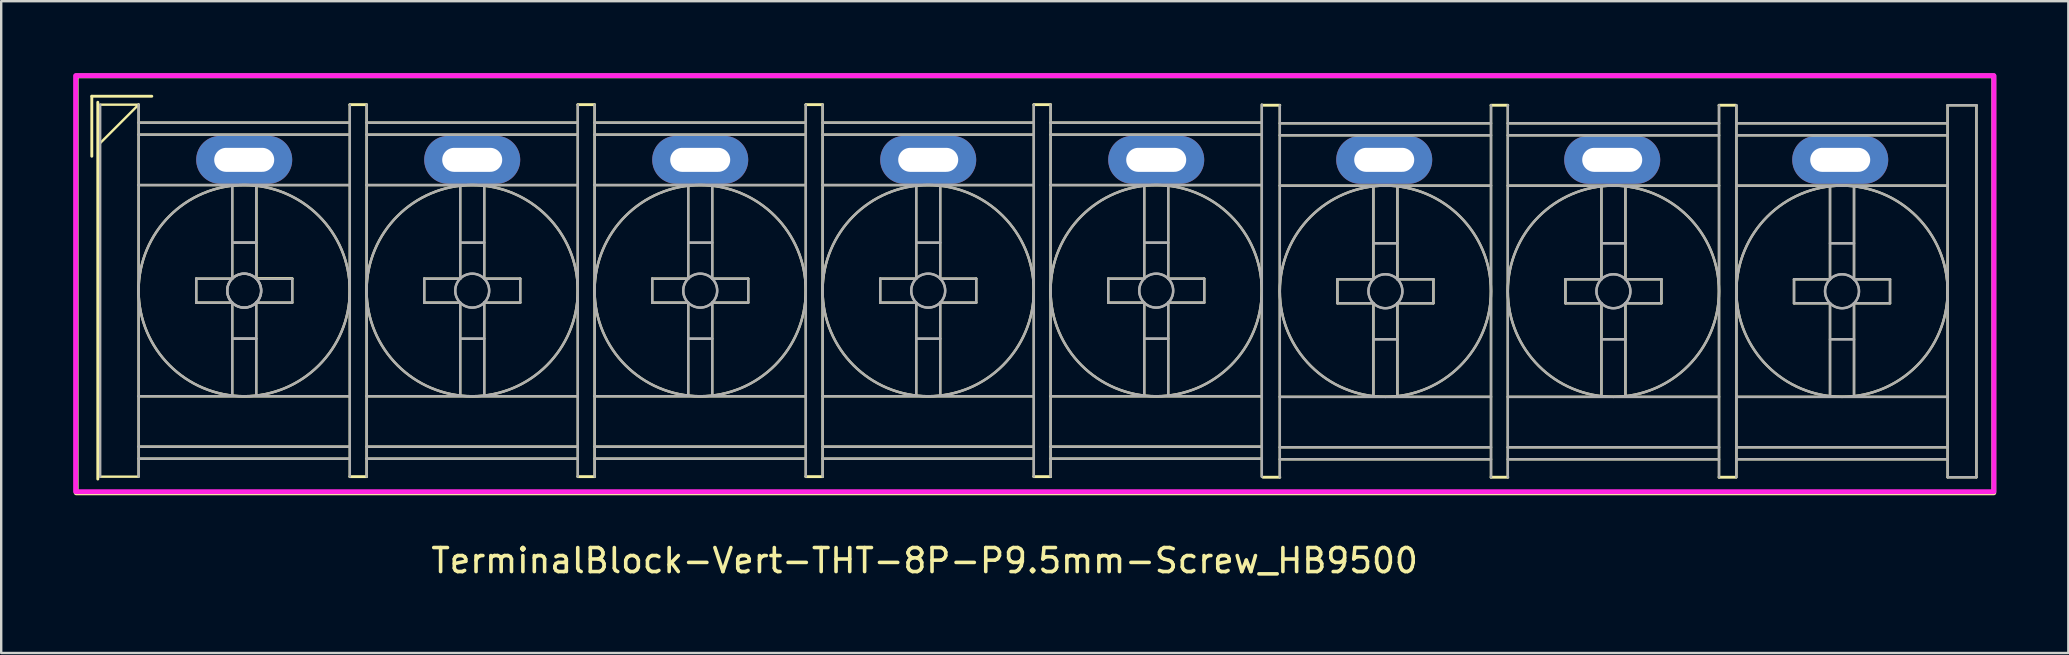
<source format=kicad_pcb>
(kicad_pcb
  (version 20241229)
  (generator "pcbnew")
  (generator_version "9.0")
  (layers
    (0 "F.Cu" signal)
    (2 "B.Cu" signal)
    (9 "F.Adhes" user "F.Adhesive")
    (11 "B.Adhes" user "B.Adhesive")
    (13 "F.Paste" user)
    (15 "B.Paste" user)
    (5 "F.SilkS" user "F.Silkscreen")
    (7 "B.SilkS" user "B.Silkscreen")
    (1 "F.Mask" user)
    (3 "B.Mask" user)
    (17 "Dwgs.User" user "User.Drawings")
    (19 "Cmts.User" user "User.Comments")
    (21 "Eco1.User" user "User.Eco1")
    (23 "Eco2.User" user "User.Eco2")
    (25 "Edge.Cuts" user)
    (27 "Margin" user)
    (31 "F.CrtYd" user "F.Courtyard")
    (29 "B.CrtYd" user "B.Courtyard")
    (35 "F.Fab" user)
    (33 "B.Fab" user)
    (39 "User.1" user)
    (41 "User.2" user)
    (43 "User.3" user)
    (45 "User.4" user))
  (footprint "TerminalBlock-Vert-THT-8P-P9.5mm-Screw_HB9500"
    (layer "F.Cu")
    (at 7.125 3.61)
    (property "Reference" "TerminalBlock-Vert-THT-8P-P9.5mm-Screw_HB9500" (at 28.35 16.7 0) (layer "F.SilkS") (effects (font (size 1 1) (thickness 0.15))))
    (attr through_hole)
    (fp_line (start -6.35 -2.65) (end -3.85 -2.65) (stroke (width 0.12) (type solid)) (layer "F.SilkS"))
    (fp_line (start -6.35 -0.15) (end -6.35 -2.65) (stroke (width 0.12) (type solid)) (layer "F.SilkS"))
    (fp_line (start -6.1 13.3) (end -6.1 -2.4) (stroke (width 0.12) (type solid)) (layer "F.SilkS"))
    (fp_line (start -6 -2.3) (end -4.4 -2.3) (stroke (width 0.1) (type solid)) (layer "F.SilkS"))
    (fp_line (start -6 13.2) (end -4.4 13.2) (stroke (width 0.1) (type solid)) (layer "F.SilkS"))
    (fp_line (start -4.4 -2.3) (end -6 -0.7) (stroke (width 0.1) (type solid)) (layer "F.SilkS"))
    (fp_line (start -4.4 -2.3) (end -4.4 13.2) (stroke (width 0.1) (type solid)) (layer "F.SilkS"))
    (fp_line (start -4.4 -1.55) (end 4.4 -1.55) (stroke (width 0.1) (type solid)) (layer "F.SilkS"))
    (fp_line (start -4.4 -1.05) (end 4.4 -1.05) (stroke (width 0.1) (type solid)) (layer "F.SilkS"))
    (fp_line (start -4.4 1.05) (end 4.4 1.05) (stroke (width 0.1) (type solid)) (layer "F.SilkS"))
    (fp_line (start -4.4 9.85) (end 4.4 9.85) (stroke (width 0.1) (type solid)) (layer "F.SilkS"))
    (fp_line (start -4.4 11.95) (end 4.4 11.95) (stroke (width 0.1) (type solid)) (layer "F.SilkS"))
    (fp_line (start -4.4 12.45) (end 4.4 12.45) (stroke (width 0.1) (type solid)) (layer "F.SilkS"))
    (fp_line (start -2 4.95) (end -2 5.95) (stroke (width 0.1) (type solid)) (layer "F.SilkS"))
    (fp_line (start -2 5.95) (end -0.5 5.95) (stroke (width 0.1) (type solid)) (layer "F.SilkS"))
    (fp_line (start -0.5 1.1) (end -0.5 4.95) (stroke (width 0.1) (type solid)) (layer "F.SilkS"))
    (fp_line (start -0.5 4.95) (end -2 4.95) (stroke (width 0.1) (type solid)) (layer "F.SilkS"))
    (fp_line (start -0.5 5.95) (end -0.5 9.8) (stroke (width 0.1) (type solid)) (layer "F.SilkS"))
    (fp_line (start 0.5 1.09) (end 0.5 4.94) (stroke (width 0.1) (type solid)) (layer "F.SilkS"))
    (fp_line (start 0.5 1.1) (end 0.5 4.95) (stroke (width 0.1) (type solid)) (layer "F.SilkS"))
    (fp_line (start 0.5 4.94) (end 2 4.94) (stroke (width 0.1) (type solid)) (layer "F.SilkS"))
    (fp_line (start 0.5 4.95) (end 2 4.95) (stroke (width 0.1) (type solid)) (layer "F.SilkS"))
    (fp_line (start 0.5 5.95) (end 0.5 9.8) (stroke (width 0.1) (type solid)) (layer "F.SilkS"))
    (fp_line (start 2 4.95) (end 2 5.95) (stroke (width 0.1) (type solid)) (layer "F.SilkS"))
    (fp_line (start 2 5.95) (end 0.5 5.95) (stroke (width 0.1) (type solid)) (layer "F.SilkS"))
    (fp_line (start 4.4 -2.3) (end 4.4 13.2) (stroke (width 0.1) (type solid)) (layer "F.SilkS"))
    (fp_line (start 4.4 -2.3) (end 5.1 -2.3) (stroke (width 0.12) (type solid)) (layer "F.SilkS"))
    (fp_line (start 5.1 -2.3) (end 5.1 13.2) (stroke (width 0.1) (type solid)) (layer "F.SilkS"))
    (fp_line (start 5.1 -1.55) (end 13.9 -1.55) (stroke (width 0.1) (type solid)) (layer "F.SilkS"))
    (fp_line (start 5.1 -1.05) (end 13.9 -1.05) (stroke (width 0.1) (type solid)) (layer "F.SilkS"))
    (fp_line (start 5.1 1.05) (end 13.9 1.05) (stroke (width 0.1) (type solid)) (layer "F.SilkS"))
    (fp_line (start 5.1 9.85) (end 13.9 9.85) (stroke (width 0.1) (type solid)) (layer "F.SilkS"))
    (fp_line (start 5.1 11.95) (end 13.9 11.95) (stroke (width 0.1) (type solid)) (layer "F.SilkS"))
    (fp_line (start 5.1 12.45) (end 13.9 12.45) (stroke (width 0.1) (type solid)) (layer "F.SilkS"))
    (fp_line (start 5.1 13.2) (end 4.4 13.2) (stroke (width 0.12) (type solid)) (layer "F.SilkS"))
    (fp_line (start 7.5 4.95) (end 7.5 5.95) (stroke (width 0.1) (type solid)) (layer "F.SilkS"))
    (fp_line (start 7.5 5.95) (end 9 5.95) (stroke (width 0.1) (type solid)) (layer "F.SilkS"))
    (fp_line (start 9 1.1) (end 9 4.95) (stroke (width 0.1) (type solid)) (layer "F.SilkS"))
    (fp_line (start 9 4.95) (end 7.5 4.95) (stroke (width 0.1) (type solid)) (layer "F.SilkS"))
    (fp_line (start 9 5.95) (end 9 9.8) (stroke (width 0.1) (type solid)) (layer "F.SilkS"))
    (fp_line (start 10 1.1) (end 10 4.95) (stroke (width 0.1) (type solid)) (layer "F.SilkS"))
    (fp_line (start 10 4.95) (end 11.5 4.95) (stroke (width 0.1) (type solid)) (layer "F.SilkS"))
    (fp_line (start 10 5.95) (end 10 9.8) (stroke (width 0.1) (type solid)) (layer "F.SilkS"))
    (fp_line (start 11.5 4.95) (end 11.5 5.95) (stroke (width 0.1) (type solid)) (layer "F.SilkS"))
    (fp_line (start 11.5 5.95) (end 10 5.95) (stroke (width 0.1) (type solid)) (layer "F.SilkS"))
    (fp_line (start 13.9 -2.3) (end 13.9 13.2) (stroke (width 0.1) (type solid)) (layer "F.SilkS"))
    (fp_line (start 13.9 -2.3) (end 14.6 -2.3) (stroke (width 0.12) (type solid)) (layer "F.SilkS"))
    (fp_line (start 13.9 13.2) (end 14.6 13.2) (stroke (width 0.12) (type solid)) (layer "F.SilkS"))
    (fp_line (start 14.6 -2.3) (end 14.6 13.2) (stroke (width 0.1) (type solid)) (layer "F.SilkS"))
    (fp_line (start 14.6 -1.55) (end 23.4 -1.55) (stroke (width 0.1) (type solid)) (layer "F.SilkS"))
    (fp_line (start 14.6 -1.05) (end 23.4 -1.05) (stroke (width 0.1) (type solid)) (layer "F.SilkS"))
    (fp_line (start 14.6 1.05) (end 23.4 1.05) (stroke (width 0.1) (type solid)) (layer "F.SilkS"))
    (fp_line (start 14.6 9.85) (end 23.4 9.85) (stroke (width 0.1) (type solid)) (layer "F.SilkS"))
    (fp_line (start 14.6 11.95) (end 23.4 11.95) (stroke (width 0.1) (type solid)) (layer "F.SilkS"))
    (fp_line (start 14.6 12.45) (end 23.4 12.45) (stroke (width 0.1) (type solid)) (layer "F.SilkS"))
    (fp_line (start 17 4.95) (end 17 5.95) (stroke (width 0.1) (type solid)) (layer "F.SilkS"))
    (fp_line (start 17 5.95) (end 18.5 5.95) (stroke (width 0.1) (type solid)) (layer "F.SilkS"))
    (fp_line (start 18.5 1.1) (end 18.5 4.95) (stroke (width 0.1) (type solid)) (layer "F.SilkS"))
    (fp_line (start 18.5 4.95) (end 17 4.95) (stroke (width 0.1) (type solid)) (layer "F.SilkS"))
    (fp_line (start 18.5 5.95) (end 18.5 9.8) (stroke (width 0.1) (type solid)) (layer "F.SilkS"))
    (fp_line (start 19.5 1.1) (end 19.5 4.95) (stroke (width 0.1) (type solid)) (layer "F.SilkS"))
    (fp_line (start 19.5 4.95) (end 21 4.95) (stroke (width 0.1) (type solid)) (layer "F.SilkS"))
    (fp_line (start 19.5 5.95) (end 19.5 9.8) (stroke (width 0.1) (type solid)) (layer "F.SilkS"))
    (fp_line (start 21 4.95) (end 21 5.95) (stroke (width 0.1) (type solid)) (layer "F.SilkS"))
    (fp_line (start 21 5.95) (end 19.5 5.95) (stroke (width 0.1) (type solid)) (layer "F.SilkS"))
    (fp_line (start 23.4 -2.3) (end 23.4 13.2) (stroke (width 0.1) (type solid)) (layer "F.SilkS"))
    (fp_line (start 23.4 -2.3) (end 24.1 -2.3) (stroke (width 0.12) (type solid)) (layer "F.SilkS"))
    (fp_line (start 24.1 -2.3) (end 24.1 13.2) (stroke (width 0.1) (type solid)) (layer "F.SilkS"))
    (fp_line (start 24.1 -1.55) (end 32.9 -1.55) (stroke (width 0.1) (type solid)) (layer "F.SilkS"))
    (fp_line (start 24.1 -1.05) (end 32.9 -1.05) (stroke (width 0.1) (type solid)) (layer "F.SilkS"))
    (fp_line (start 24.1 1.05) (end 32.9 1.05) (stroke (width 0.1) (type solid)) (layer "F.SilkS"))
    (fp_line (start 24.1 9.85) (end 32.9 9.85) (stroke (width 0.1) (type solid)) (layer "F.SilkS"))
    (fp_line (start 24.1 11.95) (end 32.9 11.95) (stroke (width 0.1) (type solid)) (layer "F.SilkS"))
    (fp_line (start 24.1 12.45) (end 32.9 12.45) (stroke (width 0.1) (type solid)) (layer "F.SilkS"))
    (fp_line (start 24.1 13.2) (end 23.4 13.2) (stroke (width 0.12) (type solid)) (layer "F.SilkS"))
    (fp_line (start 26.5 4.95) (end 26.5 5.95) (stroke (width 0.1) (type solid)) (layer "F.SilkS"))
    (fp_line (start 26.5 5.95) (end 28 5.95) (stroke (width 0.1) (type solid)) (layer "F.SilkS"))
    (fp_line (start 28 1.1) (end 28 4.95) (stroke (width 0.1) (type solid)) (layer "F.SilkS"))
    (fp_line (start 28 4.95) (end 26.5 4.95) (stroke (width 0.1) (type solid)) (layer "F.SilkS"))
    (fp_line (start 28 5.95) (end 28 9.8) (stroke (width 0.1) (type solid)) (layer "F.SilkS"))
    (fp_line (start 29 1.1) (end 29 4.95) (stroke (width 0.1) (type solid)) (layer "F.SilkS"))
    (fp_line (start 29 4.95) (end 30.5 4.95) (stroke (width 0.1) (type solid)) (layer "F.SilkS"))
    (fp_line (start 29 5.95) (end 29 9.8) (stroke (width 0.1) (type solid)) (layer "F.SilkS"))
    (fp_line (start 30.5 4.95) (end 30.5 5.95) (stroke (width 0.1) (type solid)) (layer "F.SilkS"))
    (fp_line (start 30.5 5.95) (end 29 5.95) (stroke (width 0.1) (type solid)) (layer "F.SilkS"))
    (fp_line (start 32.9 -2.3) (end 32.9 13.2) (stroke (width 0.1) (type solid)) (layer "F.SilkS"))
    (fp_line (start 32.9 -2.3) (end 33.6 -2.3) (stroke (width 0.12) (type solid)) (layer "F.SilkS"))
    (fp_line (start 32.9 13.2) (end 33.6 13.2) (stroke (width 0.12) (type solid)) (layer "F.SilkS"))
    (fp_line (start 33.6 -2.3) (end 33.6 13.2) (stroke (width 0.1) (type solid)) (layer "F.SilkS"))
    (fp_line (start 33.6 -1.55) (end 42.4 -1.55) (stroke (width 0.1) (type solid)) (layer "F.SilkS"))
    (fp_line (start 33.6 -1.05) (end 42.4 -1.05) (stroke (width 0.1) (type solid)) (layer "F.SilkS"))
    (fp_line (start 33.6 1.05) (end 42.4 1.05) (stroke (width 0.1) (type solid)) (layer "F.SilkS"))
    (fp_line (start 33.6 9.85) (end 42.4 9.85) (stroke (width 0.1) (type solid)) (layer "F.SilkS"))
    (fp_line (start 33.6 11.95) (end 42.4 11.95) (stroke (width 0.1) (type solid)) (layer "F.SilkS"))
    (fp_line (start 33.6 12.45) (end 42.4 12.45) (stroke (width 0.1) (type solid)) (layer "F.SilkS"))
    (fp_line (start 36 4.95) (end 36 5.95) (stroke (width 0.1) (type solid)) (layer "F.SilkS"))
    (fp_line (start 36 5.95) (end 37.5 5.95) (stroke (width 0.1) (type solid)) (layer "F.SilkS"))
    (fp_line (start 37.5 1.1) (end 37.5 4.95) (stroke (width 0.1) (type solid)) (layer "F.SilkS"))
    (fp_line (start 37.5 4.95) (end 36 4.95) (stroke (width 0.1) (type solid)) (layer "F.SilkS"))
    (fp_line (start 37.5 5.95) (end 37.5 9.8) (stroke (width 0.1) (type solid)) (layer "F.SilkS"))
    (fp_line (start 38.5 1.1) (end 38.5 4.95) (stroke (width 0.1) (type solid)) (layer "F.SilkS"))
    (fp_line (start 38.5 4.95) (end 40 4.95) (stroke (width 0.1) (type solid)) (layer "F.SilkS"))
    (fp_line (start 38.5 5.95) (end 38.5 9.8) (stroke (width 0.1) (type solid)) (layer "F.SilkS"))
    (fp_line (start 40 4.95) (end 40 5.95) (stroke (width 0.1) (type solid)) (layer "F.SilkS"))
    (fp_line (start 40 5.95) (end 38.5 5.95) (stroke (width 0.1) (type solid)) (layer "F.SilkS"))
    (fp_line (start 42.4 -2.3) (end 42.4 13.2) (stroke (width 0.1) (type solid)) (layer "F.SilkS"))
    (fp_line (start 42.45 -2.275) (end 43.15 -2.275) (stroke (width 0.12) (type solid)) (layer "F.SilkS"))
    (fp_line (start 43.15 -2.275) (end 43.15 13.225) (stroke (width 0.1) (type solid)) (layer "F.SilkS"))
    (fp_line (start 43.15 -1.525) (end 51.95 -1.525) (stroke (width 0.1) (type solid)) (layer "F.SilkS"))
    (fp_line (start 43.15 -1.025) (end 51.95 -1.025) (stroke (width 0.1) (type solid)) (layer "F.SilkS"))
    (fp_line (start 43.15 1.075) (end 51.95 1.075) (stroke (width 0.1) (type solid)) (layer "F.SilkS"))
    (fp_line (start 43.15 9.875) (end 51.95 9.875) (stroke (width 0.1) (type solid)) (layer "F.SilkS"))
    (fp_line (start 43.15 11.975) (end 51.95 11.975) (stroke (width 0.1) (type solid)) (layer "F.SilkS"))
    (fp_line (start 43.15 12.475) (end 51.95 12.475) (stroke (width 0.1) (type solid)) (layer "F.SilkS"))
    (fp_line (start 43.15 13.225) (end 42.45 13.225) (stroke (width 0.12) (type solid)) (layer "F.SilkS"))
    (fp_line (start 45.55 4.975) (end 45.55 5.975) (stroke (width 0.1) (type solid)) (layer "F.SilkS"))
    (fp_line (start 45.55 5.975) (end 47.05 5.975) (stroke (width 0.1) (type solid)) (layer "F.SilkS"))
    (fp_line (start 47.05 1.125) (end 47.05 4.975) (stroke (width 0.1) (type solid)) (layer "F.SilkS"))
    (fp_line (start 47.05 4.975) (end 45.55 4.975) (stroke (width 0.1) (type solid)) (layer "F.SilkS"))
    (fp_line (start 47.05 5.975) (end 47.05 9.825) (stroke (width 0.1) (type solid)) (layer "F.SilkS"))
    (fp_line (start 48.05 1.125) (end 48.05 4.975) (stroke (width 0.1) (type solid)) (layer "F.SilkS"))
    (fp_line (start 48.05 4.975) (end 49.55 4.975) (stroke (width 0.1) (type solid)) (layer "F.SilkS"))
    (fp_line (start 48.05 5.975) (end 48.05 9.825) (stroke (width 0.1) (type solid)) (layer "F.SilkS"))
    (fp_line (start 49.55 4.975) (end 49.55 5.975) (stroke (width 0.1) (type solid)) (layer "F.SilkS"))
    (fp_line (start 49.55 5.975) (end 48.05 5.975) (stroke (width 0.1) (type solid)) (layer "F.SilkS"))
    (fp_line (start 51.95 -2.275) (end 51.95 13.225) (stroke (width 0.1) (type solid)) (layer "F.SilkS"))
    (fp_line (start 51.95 -2.275) (end 52.65 -2.275) (stroke (width 0.12) (type solid)) (layer "F.SilkS"))
    (fp_line (start 51.95 13.225) (end 52.65 13.225) (stroke (width 0.12) (type solid)) (layer "F.SilkS"))
    (fp_line (start 52.65 -2.275) (end 52.65 13.225) (stroke (width 0.1) (type solid)) (layer "F.SilkS"))
    (fp_line (start 52.65 -1.525) (end 61.45 -1.525) (stroke (width 0.1) (type solid)) (layer "F.SilkS"))
    (fp_line (start 52.65 -1.025) (end 61.45 -1.025) (stroke (width 0.1) (type solid)) (layer "F.SilkS"))
    (fp_line (start 52.65 1.075) (end 61.45 1.075) (stroke (width 0.1) (type solid)) (layer "F.SilkS"))
    (fp_line (start 52.65 9.875) (end 61.45 9.875) (stroke (width 0.1) (type solid)) (layer "F.SilkS"))
    (fp_line (start 52.65 11.975) (end 61.45 11.975) (stroke (width 0.1) (type solid)) (layer "F.SilkS"))
    (fp_line (start 52.65 12.475) (end 61.45 12.475) (stroke (width 0.1) (type solid)) (layer "F.SilkS"))
    (fp_line (start 55.05 4.975) (end 55.05 5.975) (stroke (width 0.1) (type solid)) (layer "F.SilkS"))
    (fp_line (start 55.05 5.975) (end 56.55 5.975) (stroke (width 0.1) (type solid)) (layer "F.SilkS"))
    (fp_line (start 56.55 1.125) (end 56.55 4.975) (stroke (width 0.1) (type solid)) (layer "F.SilkS"))
    (fp_line (start 56.55 4.975) (end 55.05 4.975) (stroke (width 0.1) (type solid)) (layer "F.SilkS"))
    (fp_line (start 56.55 5.975) (end 56.55 9.825) (stroke (width 0.1) (type solid)) (layer "F.SilkS"))
    (fp_line (start 57.55 1.125) (end 57.55 4.975) (stroke (width 0.1) (type solid)) (layer "F.SilkS"))
    (fp_line (start 57.55 4.975) (end 59.05 4.975) (stroke (width 0.1) (type solid)) (layer "F.SilkS"))
    (fp_line (start 57.55 5.975) (end 57.55 9.825) (stroke (width 0.1) (type solid)) (layer "F.SilkS"))
    (fp_line (start 59.05 4.975) (end 59.05 5.975) (stroke (width 0.1) (type solid)) (layer "F.SilkS"))
    (fp_line (start 59.05 5.975) (end 57.55 5.975) (stroke (width 0.1) (type solid)) (layer "F.SilkS"))
    (fp_line (start 61.45 -2.275) (end 61.45 13.225) (stroke (width 0.1) (type solid)) (layer "F.SilkS"))
    (fp_line (start 61.45 -2.275) (end 62.15 -2.275) (stroke (width 0.12) (type solid)) (layer "F.SilkS"))
    (fp_line (start 61.45 13.225) (end 62.15 13.225) (stroke (width 0.12) (type solid)) (layer "F.SilkS"))
    (fp_line (start 62.175 -2.275) (end 62.175 13.225) (stroke (width 0.1) (type solid)) (layer "F.SilkS"))
    (fp_line (start 62.175 -1.525) (end 70.975 -1.525) (stroke (width 0.1) (type solid)) (layer "F.SilkS"))
    (fp_line (start 62.175 -1.025) (end 70.975 -1.025) (stroke (width 0.1) (type solid)) (layer "F.SilkS"))
    (fp_line (start 62.175 1.075) (end 70.975 1.075) (stroke (width 0.1) (type solid)) (layer "F.SilkS"))
    (fp_line (start 62.175 9.875) (end 70.975 9.875) (stroke (width 0.1) (type solid)) (layer "F.SilkS"))
    (fp_line (start 62.175 11.975) (end 70.975 11.975) (stroke (width 0.1) (type solid)) (layer "F.SilkS"))
    (fp_line (start 62.175 12.475) (end 70.975 12.475) (stroke (width 0.1) (type solid)) (layer "F.SilkS"))
    (fp_line (start 64.575 4.975) (end 64.575 5.975) (stroke (width 0.1) (type solid)) (layer "F.SilkS"))
    (fp_line (start 64.575 5.975) (end 66.075 5.975) (stroke (width 0.1) (type solid)) (layer "F.SilkS"))
    (fp_line (start 66.075 1.125) (end 66.075 4.975) (stroke (width 0.1) (type solid)) (layer "F.SilkS"))
    (fp_line (start 66.075 4.975) (end 64.575 4.975) (stroke (width 0.1) (type solid)) (layer "F.SilkS"))
    (fp_line (start 66.075 5.975) (end 66.075 9.825) (stroke (width 0.1) (type solid)) (layer "F.SilkS"))
    (fp_line (start 67.075 1.125) (end 67.075 4.975) (stroke (width 0.1) (type solid)) (layer "F.SilkS"))
    (fp_line (start 67.075 4.975) (end 68.575 4.975) (stroke (width 0.1) (type solid)) (layer "F.SilkS"))
    (fp_line (start 67.075 5.975) (end 67.075 9.825) (stroke (width 0.1) (type solid)) (layer "F.SilkS"))
    (fp_line (start 68.575 4.975) (end 68.575 5.975) (stroke (width 0.1) (type solid)) (layer "F.SilkS"))
    (fp_line (start 68.575 5.975) (end 67.075 5.975) (stroke (width 0.1) (type solid)) (layer "F.SilkS"))
    (fp_line (start 70.975 -2.275) (end 70.975 13.225) (stroke (width 0.1) (type solid)) (layer "F.SilkS"))
    (fp_line (start 70.975 -2.275) (end 72.175 -2.275) (stroke (width 0.1) (type solid)) (layer "F.SilkS"))
    (fp_line (start 70.975 13.225) (end 72.175 13.225) (stroke (width 0.1) (type solid)) (layer "F.SilkS"))
    (fp_line (start 72.175 -2.275) (end 72.175 13.225) (stroke (width 0.1) (type solid)) (layer "F.SilkS"))
    (fp_rect (start -7 -3.5) (end 72.9 13.875) (stroke (width 0.2) (type solid)) (fill no) (layer "F.SilkS"))
    (fp_circle (center 0 5.45) (end 4.4 5.45) (stroke (width 0.1) (type solid)) (fill no) (layer "F.SilkS"))
    (fp_circle (center 9.5 5.45) (end 13.9 5.45) (stroke (width 0.1) (type solid)) (fill no) (layer "F.SilkS"))
    (fp_circle (center 19 5.45) (end 23.4 5.45) (stroke (width 0.1) (type solid)) (fill no) (layer "F.SilkS"))
    (fp_circle (center 28.5 5.45) (end 32.9 5.45) (stroke (width 0.1) (type solid)) (fill no) (layer "F.SilkS"))
    (fp_circle (center 38 5.45) (end 42.4 5.45) (stroke (width 0.1) (type solid)) (fill no) (layer "F.SilkS"))
    (fp_circle (center 47.55 5.475) (end 51.95 5.475) (stroke (width 0.1) (type solid)) (fill no) (layer "F.SilkS"))
    (fp_circle (center 57.05 5.475) (end 61.45 5.475) (stroke (width 0.1) (type solid)) (fill no) (layer "F.SilkS"))
    (fp_circle (center 66.575 5.475) (end 70.975 5.475) (stroke (width 0.1) (type solid)) (fill no) (layer "F.SilkS"))
    (fp_rect (start -7.025 -3.51) (end 72.905 13.825) (stroke (width 0.2) (type solid)) (fill no) (layer "F.CrtYd"))
    (fp_line (start -6 -2.3) (end -6 13.2) (stroke (width 0.1) (type solid)) (layer "F.Fab"))
    (fp_line (start -4.4 -2.3) (end -4.4 13.2) (stroke (width 0.1) (type solid)) (layer "F.Fab"))
    (fp_line (start -4.4 -1.55) (end 4.4 -1.55) (stroke (width 0.1) (type solid)) (layer "F.Fab"))
    (fp_line (start -4.4 -1.05) (end 4.4 -1.05) (stroke (width 0.1) (type solid)) (layer "F.Fab"))
    (fp_line (start -4.4 1.05) (end 4.4 1.05) (stroke (width 0.1) (type solid)) (layer "F.Fab"))
    (fp_line (start -4.4 9.85) (end 4.4 9.85) (stroke (width 0.1) (type solid)) (layer "F.Fab"))
    (fp_line (start -4.4 11.95) (end 4.4 11.95) (stroke (width 0.1) (type solid)) (layer "F.Fab"))
    (fp_line (start -4.4 12.45) (end 4.4 12.45) (stroke (width 0.1) (type solid)) (layer "F.Fab"))
    (fp_line (start -2 4.95) (end -2 5.95) (stroke (width 0.1) (type solid)) (layer "F.Fab"))
    (fp_line (start -2 5.95) (end -0.5 5.95) (stroke (width 0.1) (type solid)) (layer "F.Fab"))
    (fp_line (start -0.5 1.1) (end -0.5 4.95) (stroke (width 0.1) (type solid)) (layer "F.Fab"))
    (fp_line (start -0.5 3.45) (end 0.5 3.45) (stroke (width 0.1) (type solid)) (layer "F.Fab"))
    (fp_line (start -0.5 3.45) (end 0.5 3.45) (stroke (width 0.1) (type solid)) (layer "F.Fab"))
    (fp_line (start -0.5 3.45) (end 0.5 3.45) (stroke (width 0.1) (type solid)) (layer "F.Fab"))
    (fp_line (start -0.5 4.95) (end -2 4.95) (stroke (width 0.1) (type solid)) (layer "F.Fab"))
    (fp_line (start -0.5 5.95) (end -0.5 9.8) (stroke (width 0.1) (type solid)) (layer "F.Fab"))
    (fp_line (start -0.5 7.45) (end 0.5 7.45) (stroke (width 0.1) (type solid)) (layer "F.Fab"))
    (fp_line (start -0.5 7.45) (end 0.5 7.45) (stroke (width 0.1) (type solid)) (layer "F.Fab"))
    (fp_line (start -0.5 7.45) (end 0.5 7.45) (stroke (width 0.1) (type solid)) (layer "F.Fab"))
    (fp_line (start 0.5 1.1) (end 0.5 4.95) (stroke (width 0.1) (type solid)) (layer "F.Fab"))
    (fp_line (start 0.5 4.95) (end 2 4.95) (stroke (width 0.1) (type solid)) (layer "F.Fab"))
    (fp_line (start 0.5 5.95) (end 0.5 9.8) (stroke (width 0.1) (type solid)) (layer "F.Fab"))
    (fp_line (start 2 4.95) (end 2 5.95) (stroke (width 0.1) (type solid)) (layer "F.Fab"))
    (fp_line (start 2 5.95) (end 0.5 5.95) (stroke (width 0.1) (type solid)) (layer "F.Fab"))
    (fp_line (start 4.4 -2.3) (end 4.4 13.2) (stroke (width 0.1) (type solid)) (layer "F.Fab"))
    (fp_line (start 5.1 -2.3) (end 5.1 13.2) (stroke (width 0.1) (type solid)) (layer "F.Fab"))
    (fp_line (start 5.1 -1.55) (end 13.9 -1.55) (stroke (width 0.1) (type solid)) (layer "F.Fab"))
    (fp_line (start 5.1 -1.05) (end 13.9 -1.05) (stroke (width 0.1) (type solid)) (layer "F.Fab"))
    (fp_line (start 5.1 1.05) (end 13.9 1.05) (stroke (width 0.1) (type solid)) (layer "F.Fab"))
    (fp_line (start 5.1 9.85) (end 13.9 9.85) (stroke (width 0.1) (type solid)) (layer "F.Fab"))
    (fp_line (start 5.1 11.95) (end 13.9 11.95) (stroke (width 0.1) (type solid)) (layer "F.Fab"))
    (fp_line (start 5.1 12.45) (end 13.9 12.45) (stroke (width 0.1) (type solid)) (layer "F.Fab"))
    (fp_line (start 7.5 4.95) (end 7.5 5.95) (stroke (width 0.1) (type solid)) (layer "F.Fab"))
    (fp_line (start 7.5 5.95) (end 9 5.95) (stroke (width 0.1) (type solid)) (layer "F.Fab"))
    (fp_line (start 9 1.1) (end 9 4.95) (stroke (width 0.1) (type solid)) (layer "F.Fab"))
    (fp_line (start 9 3.45) (end 10 3.45) (stroke (width 0.1) (type solid)) (layer "F.Fab"))
    (fp_line (start 9 3.45) (end 10 3.45) (stroke (width 0.1) (type solid)) (layer "F.Fab"))
    (fp_line (start 9 4.95) (end 7.5 4.95) (stroke (width 0.1) (type solid)) (layer "F.Fab"))
    (fp_line (start 9 5.95) (end 9 9.8) (stroke (width 0.1) (type solid)) (layer "F.Fab"))
    (fp_line (start 9 7.45) (end 10 7.45) (stroke (width 0.1) (type solid)) (layer "F.Fab"))
    (fp_line (start 9 7.45) (end 10 7.45) (stroke (width 0.1) (type solid)) (layer "F.Fab"))
    (fp_line (start 10 1.1) (end 10 4.95) (stroke (width 0.1) (type solid)) (layer "F.Fab"))
    (fp_line (start 10 4.95) (end 11.5 4.95) (stroke (width 0.1) (type solid)) (layer "F.Fab"))
    (fp_line (start 10 5.95) (end 10 9.8) (stroke (width 0.1) (type solid)) (layer "F.Fab"))
    (fp_line (start 11.5 4.95) (end 11.5 5.95) (stroke (width 0.1) (type solid)) (layer "F.Fab"))
    (fp_line (start 11.5 5.95) (end 10 5.95) (stroke (width 0.1) (type solid)) (layer "F.Fab"))
    (fp_line (start 13.9 -2.3) (end 13.9 13.2) (stroke (width 0.1) (type solid)) (layer "F.Fab"))
    (fp_line (start 14.6 -2.3) (end 14.6 13.2) (stroke (width 0.1) (type solid)) (layer "F.Fab"))
    (fp_line (start 14.6 -1.55) (end 23.4 -1.55) (stroke (width 0.1) (type solid)) (layer "F.Fab"))
    (fp_line (start 14.6 -1.05) (end 23.4 -1.05) (stroke (width 0.1) (type solid)) (layer "F.Fab"))
    (fp_line (start 14.6 1.05) (end 23.4 1.05) (stroke (width 0.1) (type solid)) (layer "F.Fab"))
    (fp_line (start 14.6 9.85) (end 23.4 9.85) (stroke (width 0.1) (type solid)) (layer "F.Fab"))
    (fp_line (start 14.6 11.95) (end 23.4 11.95) (stroke (width 0.1) (type solid)) (layer "F.Fab"))
    (fp_line (start 14.6 12.45) (end 23.4 12.45) (stroke (width 0.1) (type solid)) (layer "F.Fab"))
    (fp_line (start 17 4.95) (end 17 5.95) (stroke (width 0.1) (type solid)) (layer "F.Fab"))
    (fp_line (start 17 5.95) (end 18.5 5.95) (stroke (width 0.1) (type solid)) (layer "F.Fab"))
    (fp_line (start 18.5 1.1) (end 18.5 4.95) (stroke (width 0.1) (type solid)) (layer "F.Fab"))
    (fp_line (start 18.5 3.45) (end 19.5 3.45) (stroke (width 0.1) (type solid)) (layer "F.Fab"))
    (fp_line (start 18.5 3.45) (end 19.5 3.45) (stroke (width 0.1) (type solid)) (layer "F.Fab"))
    (fp_line (start 18.5 4.95) (end 17 4.95) (stroke (width 0.1) (type solid)) (layer "F.Fab"))
    (fp_line (start 18.5 5.95) (end 18.5 9.8) (stroke (width 0.1) (type solid)) (layer "F.Fab"))
    (fp_line (start 18.5 7.45) (end 19.5 7.45) (stroke (width 0.1) (type solid)) (layer "F.Fab"))
    (fp_line (start 18.5 7.45) (end 19.5 7.45) (stroke (width 0.1) (type solid)) (layer "F.Fab"))
    (fp_line (start 19.5 1.1) (end 19.5 4.95) (stroke (width 0.1) (type solid)) (layer "F.Fab"))
    (fp_line (start 19.5 4.95) (end 21 4.95) (stroke (width 0.1) (type solid)) (layer "F.Fab"))
    (fp_line (start 19.5 5.95) (end 19.5 9.8) (stroke (width 0.1) (type solid)) (layer "F.Fab"))
    (fp_line (start 21 4.95) (end 21 5.95) (stroke (width 0.1) (type solid)) (layer "F.Fab"))
    (fp_line (start 21 5.95) (end 19.5 5.95) (stroke (width 0.1) (type solid)) (layer "F.Fab"))
    (fp_line (start 23.4 -2.3) (end 23.4 13.2) (stroke (width 0.1) (type solid)) (layer "F.Fab"))
    (fp_line (start 24.1 -2.3) (end 24.1 13.2) (stroke (width 0.1) (type solid)) (layer "F.Fab"))
    (fp_line (start 24.1 -1.55) (end 32.9 -1.55) (stroke (width 0.1) (type solid)) (layer "F.Fab"))
    (fp_line (start 24.1 -1.05) (end 32.9 -1.05) (stroke (width 0.1) (type solid)) (layer "F.Fab"))
    (fp_line (start 24.1 1.05) (end 32.9 1.05) (stroke (width 0.1) (type solid)) (layer "F.Fab"))
    (fp_line (start 24.1 9.85) (end 32.9 9.85) (stroke (width 0.1) (type solid)) (layer "F.Fab"))
    (fp_line (start 24.1 11.95) (end 32.9 11.95) (stroke (width 0.1) (type solid)) (layer "F.Fab"))
    (fp_line (start 24.1 12.45) (end 32.9 12.45) (stroke (width 0.1) (type solid)) (layer "F.Fab"))
    (fp_line (start 26.5 4.95) (end 26.5 5.95) (stroke (width 0.1) (type solid)) (layer "F.Fab"))
    (fp_line (start 26.5 5.95) (end 28 5.95) (stroke (width 0.1) (type solid)) (layer "F.Fab"))
    (fp_line (start 28 1.1) (end 28 4.95) (stroke (width 0.1) (type solid)) (layer "F.Fab"))
    (fp_line (start 28 3.45) (end 29 3.45) (stroke (width 0.1) (type solid)) (layer "F.Fab"))
    (fp_line (start 28 3.45) (end 29 3.45) (stroke (width 0.1) (type solid)) (layer "F.Fab"))
    (fp_line (start 28 4.95) (end 26.5 4.95) (stroke (width 0.1) (type solid)) (layer "F.Fab"))
    (fp_line (start 28 5.95) (end 28 9.8) (stroke (width 0.1) (type solid)) (layer "F.Fab"))
    (fp_line (start 28 7.45) (end 29 7.45) (stroke (width 0.1) (type solid)) (layer "F.Fab"))
    (fp_line (start 28 7.45) (end 29 7.45) (stroke (width 0.1) (type solid)) (layer "F.Fab"))
    (fp_line (start 29 1.1) (end 29 4.95) (stroke (width 0.1) (type solid)) (layer "F.Fab"))
    (fp_line (start 29 4.95) (end 30.5 4.95) (stroke (width 0.1) (type solid)) (layer "F.Fab"))
    (fp_line (start 29 5.95) (end 29 9.8) (stroke (width 0.1) (type solid)) (layer "F.Fab"))
    (fp_line (start 30.5 4.95) (end 30.5 5.95) (stroke (width 0.1) (type solid)) (layer "F.Fab"))
    (fp_line (start 30.5 5.95) (end 29 5.95) (stroke (width 0.1) (type solid)) (layer "F.Fab"))
    (fp_line (start 32.9 -2.3) (end 32.9 13.2) (stroke (width 0.1) (type solid)) (layer "F.Fab"))
    (fp_line (start 33.6 -2.3) (end 33.6 13.2) (stroke (width 0.1) (type solid)) (layer "F.Fab"))
    (fp_line (start 33.6 -1.55) (end 42.4 -1.55) (stroke (width 0.1) (type solid)) (layer "F.Fab"))
    (fp_line (start 33.6 -1.05) (end 42.4 -1.05) (stroke (width 0.1) (type solid)) (layer "F.Fab"))
    (fp_line (start 33.6 1.05) (end 42.4 1.05) (stroke (width 0.1) (type solid)) (layer "F.Fab"))
    (fp_line (start 33.6 9.85) (end 42.4 9.85) (stroke (width 0.1) (type solid)) (layer "F.Fab"))
    (fp_line (start 33.6 11.95) (end 42.4 11.95) (stroke (width 0.1) (type solid)) (layer "F.Fab"))
    (fp_line (start 33.6 12.45) (end 42.4 12.45) (stroke (width 0.1) (type solid)) (layer "F.Fab"))
    (fp_line (start 36 4.95) (end 36 5.95) (stroke (width 0.1) (type solid)) (layer "F.Fab"))
    (fp_line (start 36 5.95) (end 37.5 5.95) (stroke (width 0.1) (type solid)) (layer "F.Fab"))
    (fp_line (start 37.5 1.1) (end 37.5 4.95) (stroke (width 0.1) (type solid)) (layer "F.Fab"))
    (fp_line (start 37.5 3.45) (end 38.5 3.45) (stroke (width 0.1) (type solid)) (layer "F.Fab"))
    (fp_line (start 37.5 3.45) (end 38.5 3.45) (stroke (width 0.1) (type solid)) (layer "F.Fab"))
    (fp_line (start 37.5 4.95) (end 36 4.95) (stroke (width 0.1) (type solid)) (layer "F.Fab"))
    (fp_line (start 37.5 5.95) (end 37.5 9.8) (stroke (width 0.1) (type solid)) (layer "F.Fab"))
    (fp_line (start 37.5 7.45) (end 38.5 7.45) (stroke (width 0.1) (type solid)) (layer "F.Fab"))
    (fp_line (start 37.5 7.45) (end 38.5 7.45) (stroke (width 0.1) (type solid)) (layer "F.Fab"))
    (fp_line (start 38.5 1.1) (end 38.5 4.95) (stroke (width 0.1) (type solid)) (layer "F.Fab"))
    (fp_line (start 38.5 4.95) (end 40 4.95) (stroke (width 0.1) (type solid)) (layer "F.Fab"))
    (fp_line (start 38.5 5.95) (end 38.5 9.8) (stroke (width 0.1) (type solid)) (layer "F.Fab"))
    (fp_line (start 40 4.95) (end 40 5.95) (stroke (width 0.1) (type solid)) (layer "F.Fab"))
    (fp_line (start 40 5.95) (end 38.5 5.95) (stroke (width 0.1) (type solid)) (layer "F.Fab"))
    (fp_line (start 42.4 -2.3) (end 42.4 13.2) (stroke (width 0.1) (type solid)) (layer "F.Fab"))
    (fp_line (start 43.15 -2.275) (end 43.15 13.225) (stroke (width 0.1) (type solid)) (layer "F.Fab"))
    (fp_line (start 43.15 -1.525) (end 51.95 -1.525) (stroke (width 0.1) (type solid)) (layer "F.Fab"))
    (fp_line (start 43.15 -1.025) (end 51.95 -1.025) (stroke (width 0.1) (type solid)) (layer "F.Fab"))
    (fp_line (start 43.15 1.075) (end 51.95 1.075) (stroke (width 0.1) (type solid)) (layer "F.Fab"))
    (fp_line (start 43.15 9.875) (end 51.95 9.875) (stroke (width 0.1) (type solid)) (layer "F.Fab"))
    (fp_line (start 43.15 11.975) (end 51.95 11.975) (stroke (width 0.1) (type solid)) (layer "F.Fab"))
    (fp_line (start 43.15 12.475) (end 51.95 12.475) (stroke (width 0.1) (type solid)) (layer "F.Fab"))
    (fp_line (start 45.55 4.975) (end 45.55 5.975) (stroke (width 0.1) (type solid)) (layer "F.Fab"))
    (fp_line (start 45.55 5.975) (end 47.05 5.975) (stroke (width 0.1) (type solid)) (layer "F.Fab"))
    (fp_line (start 47.05 1.125) (end 47.05 4.975) (stroke (width 0.1) (type solid)) (layer "F.Fab"))
    (fp_line (start 47.05 3.475) (end 48.05 3.475) (stroke (width 0.1) (type solid)) (layer "F.Fab"))
    (fp_line (start 47.05 3.475) (end 48.05 3.475) (stroke (width 0.1) (type solid)) (layer "F.Fab"))
    (fp_line (start 47.05 4.975) (end 45.55 4.975) (stroke (width 0.1) (type solid)) (layer "F.Fab"))
    (fp_line (start 47.05 5.975) (end 47.05 9.825) (stroke (width 0.1) (type solid)) (layer "F.Fab"))
    (fp_line (start 47.05 7.475) (end 48.05 7.475) (stroke (width 0.1) (type solid)) (layer "F.Fab"))
    (fp_line (start 47.05 7.475) (end 48.05 7.475) (stroke (width 0.1) (type solid)) (layer "F.Fab"))
    (fp_line (start 48.05 1.125) (end 48.05 4.975) (stroke (width 0.1) (type solid)) (layer "F.Fab"))
    (fp_line (start 48.05 4.975) (end 49.55 4.975) (stroke (width 0.1) (type solid)) (layer "F.Fab"))
    (fp_line (start 48.05 5.975) (end 48.05 9.825) (stroke (width 0.1) (type solid)) (layer "F.Fab"))
    (fp_line (start 49.55 4.975) (end 49.55 5.975) (stroke (width 0.1) (type solid)) (layer "F.Fab"))
    (fp_line (start 49.55 5.975) (end 48.05 5.975) (stroke (width 0.1) (type solid)) (layer "F.Fab"))
    (fp_line (start 51.95 -2.275) (end 51.95 13.225) (stroke (width 0.1) (type solid)) (layer "F.Fab"))
    (fp_line (start 52.65 -2.275) (end 52.65 13.225) (stroke (width 0.1) (type solid)) (layer "F.Fab"))
    (fp_line (start 52.65 -1.525) (end 61.45 -1.525) (stroke (width 0.1) (type solid)) (layer "F.Fab"))
    (fp_line (start 52.65 -1.025) (end 61.45 -1.025) (stroke (width 0.1) (type solid)) (layer "F.Fab"))
    (fp_line (start 52.65 1.075) (end 61.45 1.075) (stroke (width 0.1) (type solid)) (layer "F.Fab"))
    (fp_line (start 52.65 9.875) (end 61.45 9.875) (stroke (width 0.1) (type solid)) (layer "F.Fab"))
    (fp_line (start 52.65 11.975) (end 61.45 11.975) (stroke (width 0.1) (type solid)) (layer "F.Fab"))
    (fp_line (start 52.65 12.475) (end 61.45 12.475) (stroke (width 0.1) (type solid)) (layer "F.Fab"))
    (fp_line (start 55.05 4.975) (end 55.05 5.975) (stroke (width 0.1) (type solid)) (layer "F.Fab"))
    (fp_line (start 55.05 5.975) (end 56.55 5.975) (stroke (width 0.1) (type solid)) (layer "F.Fab"))
    (fp_line (start 56.55 1.125) (end 56.55 4.975) (stroke (width 0.1) (type solid)) (layer "F.Fab"))
    (fp_line (start 56.55 3.475) (end 57.55 3.475) (stroke (width 0.1) (type solid)) (layer "F.Fab"))
    (fp_line (start 56.55 3.475) (end 57.55 3.475) (stroke (width 0.1) (type solid)) (layer "F.Fab"))
    (fp_line (start 56.55 4.975) (end 55.05 4.975) (stroke (width 0.1) (type solid)) (layer "F.Fab"))
    (fp_line (start 56.55 5.975) (end 56.55 9.825) (stroke (width 0.1) (type solid)) (layer "F.Fab"))
    (fp_line (start 56.55 7.475) (end 57.55 7.475) (stroke (width 0.1) (type solid)) (layer "F.Fab"))
    (fp_line (start 56.55 7.475) (end 57.55 7.475) (stroke (width 0.1) (type solid)) (layer "F.Fab"))
    (fp_line (start 57.55 1.125) (end 57.55 4.975) (stroke (width 0.1) (type solid)) (layer "F.Fab"))
    (fp_line (start 57.55 4.975) (end 59.05 4.975) (stroke (width 0.1) (type solid)) (layer "F.Fab"))
    (fp_line (start 57.55 5.975) (end 57.55 9.825) (stroke (width 0.1) (type solid)) (layer "F.Fab"))
    (fp_line (start 59.05 4.975) (end 59.05 5.975) (stroke (width 0.1) (type solid)) (layer "F.Fab"))
    (fp_line (start 59.05 5.975) (end 57.55 5.975) (stroke (width 0.1) (type solid)) (layer "F.Fab"))
    (fp_line (start 61.45 -2.275) (end 61.45 13.225) (stroke (width 0.1) (type solid)) (layer "F.Fab"))
    (fp_line (start 62.175 -2.275) (end 62.175 13.225) (stroke (width 0.1) (type solid)) (layer "F.Fab"))
    (fp_line (start 62.175 -1.525) (end 70.975 -1.525) (stroke (width 0.1) (type solid)) (layer "F.Fab"))
    (fp_line (start 62.175 -1.025) (end 70.975 -1.025) (stroke (width 0.1) (type solid)) (layer "F.Fab"))
    (fp_line (start 62.175 1.075) (end 70.975 1.075) (stroke (width 0.1) (type solid)) (layer "F.Fab"))
    (fp_line (start 62.175 9.875) (end 70.975 9.875) (stroke (width 0.1) (type solid)) (layer "F.Fab"))
    (fp_line (start 62.175 11.975) (end 70.975 11.975) (stroke (width 0.1) (type solid)) (layer "F.Fab"))
    (fp_line (start 62.175 12.475) (end 70.975 12.475) (stroke (width 0.1) (type solid)) (layer "F.Fab"))
    (fp_line (start 64.575 4.975) (end 64.575 5.975) (stroke (width 0.1) (type solid)) (layer "F.Fab"))
    (fp_line (start 64.575 5.975) (end 66.075 5.975) (stroke (width 0.1) (type solid)) (layer "F.Fab"))
    (fp_line (start 66.075 1.125) (end 66.075 4.975) (stroke (width 0.1) (type solid)) (layer "F.Fab"))
    (fp_line (start 66.075 3.475) (end 67.075 3.475) (stroke (width 0.1) (type solid)) (layer "F.Fab"))
    (fp_line (start 66.075 3.475) (end 67.075 3.475) (stroke (width 0.1) (type solid)) (layer "F.Fab"))
    (fp_line (start 66.075 4.975) (end 64.575 4.975) (stroke (width 0.1) (type solid)) (layer "F.Fab"))
    (fp_line (start 66.075 5.975) (end 66.075 9.825) (stroke (width 0.1) (type solid)) (layer "F.Fab"))
    (fp_line (start 66.075 7.475) (end 67.075 7.475) (stroke (width 0.1) (type solid)) (layer "F.Fab"))
    (fp_line (start 66.075 7.475) (end 67.075 7.475) (stroke (width 0.1) (type solid)) (layer "F.Fab"))
    (fp_line (start 67.075 1.125) (end 67.075 4.975) (stroke (width 0.1) (type solid)) (layer "F.Fab"))
    (fp_line (start 67.075 4.975) (end 68.575 4.975) (stroke (width 0.1) (type solid)) (layer "F.Fab"))
    (fp_line (start 67.075 5.975) (end 67.075 9.825) (stroke (width 0.1) (type solid)) (layer "F.Fab"))
    (fp_line (start 68.575 4.975) (end 68.575 5.975) (stroke (width 0.1) (type solid)) (layer "F.Fab"))
    (fp_line (start 68.575 5.975) (end 67.075 5.975) (stroke (width 0.1) (type solid)) (layer "F.Fab"))
    (fp_line (start 70.975 -2.275) (end 70.975 13.225) (stroke (width 0.1) (type solid)) (layer "F.Fab"))
    (fp_line (start 70.975 -2.275) (end 72.175 -2.275) (stroke (width 0.1) (type solid)) (layer "F.Fab"))
    (fp_line (start 70.975 13.225) (end 72.175 13.225) (stroke (width 0.1) (type solid)) (layer "F.Fab"))
    (fp_line (start 72.175 -2.275) (end 72.175 13.225) (stroke (width 0.1) (type solid)) (layer "F.Fab"))
    (fp_circle (center 0 5.45) (end 0.5 5.95) (stroke (width 0.1) (type solid)) (fill no) (layer "F.Fab"))
    (fp_circle (center 0 5.45) (end 0.5 5.95) (stroke (width 0.1) (type solid)) (fill no) (layer "F.Fab"))
    (fp_circle (center 0 5.45) (end 0.5 5.95) (stroke (width 0.1) (type solid)) (fill no) (layer "F.Fab"))
    (fp_circle (center 0 5.45) (end 4.4 5.45) (stroke (width 0.1) (type solid)) (fill no) (layer "F.Fab"))
    (fp_circle (center 9.5 5.45) (end 10 5.95) (stroke (width 0.1) (type solid)) (fill no) (layer "F.Fab"))
    (fp_circle (center 9.5 5.45) (end 10 5.95) (stroke (width 0.1) (type solid)) (fill no) (layer "F.Fab"))
    (fp_circle (center 9.5 5.45) (end 13.9 5.45) (stroke (width 0.1) (type solid)) (fill no) (layer "F.Fab"))
    (fp_circle (center 19 5.45) (end 19.5 5.95) (stroke (width 0.1) (type solid)) (fill no) (layer "F.Fab"))
    (fp_circle (center 19 5.45) (end 19.5 5.95) (stroke (width 0.1) (type solid)) (fill no) (layer "F.Fab"))
    (fp_circle (center 19 5.45) (end 23.4 5.45) (stroke (width 0.1) (type solid)) (fill no) (layer "F.Fab"))
    (fp_circle (center 28.5 5.45) (end 29 5.95) (stroke (width 0.1) (type solid)) (fill no) (layer "F.Fab"))
    (fp_circle (center 28.5 5.45) (end 29 5.95) (stroke (width 0.1) (type solid)) (fill no) (layer "F.Fab"))
    (fp_circle (center 28.5 5.45) (end 32.9 5.45) (stroke (width 0.1) (type solid)) (fill no) (layer "F.Fab"))
    (fp_circle (center 38 5.45) (end 38.5 5.95) (stroke (width 0.1) (type solid)) (fill no) (layer "F.Fab"))
    (fp_circle (center 38 5.45) (end 38.5 5.95) (stroke (width 0.1) (type solid)) (fill no) (layer "F.Fab"))
    (fp_circle (center 38 5.45) (end 42.4 5.45) (stroke (width 0.1) (type solid)) (fill no) (layer "F.Fab"))
    (fp_circle (center 47.55 5.475) (end 48.05 5.975) (stroke (width 0.1) (type solid)) (fill no) (layer "F.Fab"))
    (fp_circle (center 47.55 5.475) (end 48.05 5.975) (stroke (width 0.1) (type solid)) (fill no) (layer "F.Fab"))
    (fp_circle (center 47.55 5.475) (end 51.95 5.475) (stroke (width 0.1) (type solid)) (fill no) (layer "F.Fab"))
    (fp_circle (center 57.05 5.475) (end 57.55 5.975) (stroke (width 0.1) (type solid)) (fill no) (layer "F.Fab"))
    (fp_circle (center 57.05 5.475) (end 57.55 5.975) (stroke (width 0.1) (type solid)) (fill no) (layer "F.Fab"))
    (fp_circle (center 57.05 5.475) (end 61.45 5.475) (stroke (width 0.1) (type solid)) (fill no) (layer "F.Fab"))
    (fp_circle (center 66.575 5.475) (end 67.075 5.975) (stroke (width 0.1) (type solid)) (fill no) (layer "F.Fab"))
    (fp_circle (center 66.575 5.475) (end 67.075 5.975) (stroke (width 0.1) (type solid)) (fill no) (layer "F.Fab"))
    (fp_circle (center 66.575 5.475) (end 70.975 5.475) (stroke (width 0.1) (type solid)) (fill no) (layer "F.Fab"))
    (pad "1" thru_hole oval (at 0 0) (size 4 2) (drill oval 2.5 1) (layers "*.Cu" "*.Mask"))
    (pad "2" thru_hole oval (at 9.5 0) (size 4 2) (drill oval 2.5 1) (layers "*.Cu" "*.Mask"))
    (pad "3" thru_hole oval (at 19 0) (size 4 2) (drill oval 2.5 1) (layers "*.Cu" "*.Mask"))
    (pad "4" thru_hole oval (at 28.5 0) (size 4 2) (drill oval 2.5 1) (layers "*.Cu" "*.Mask"))
    (pad "5" thru_hole oval (at 38 0) (size 4 2) (drill oval 2.5 1) (layers "*.Cu" "*.Mask"))
    (pad "6" thru_hole oval (at 47.5 0) (size 4 2) (drill oval 2.5 1) (layers "*.Cu" "*.Mask"))
    (pad "7" thru_hole oval (at 57 0) (size 4 2) (drill oval 2.5 1) (layers "*.Cu" "*.Mask"))
    (pad "8" thru_hole oval (at 66.5 0) (size 4 2) (drill oval 2.5 1) (layers "*.Cu" "*.Mask")))
  (gr_rect
    (start -3 -3)
    (end 83.13 24.158)
    (stroke (width 0.1) (type default))
    (fill no)
    (layer "Edge.Cuts")))
</source>
